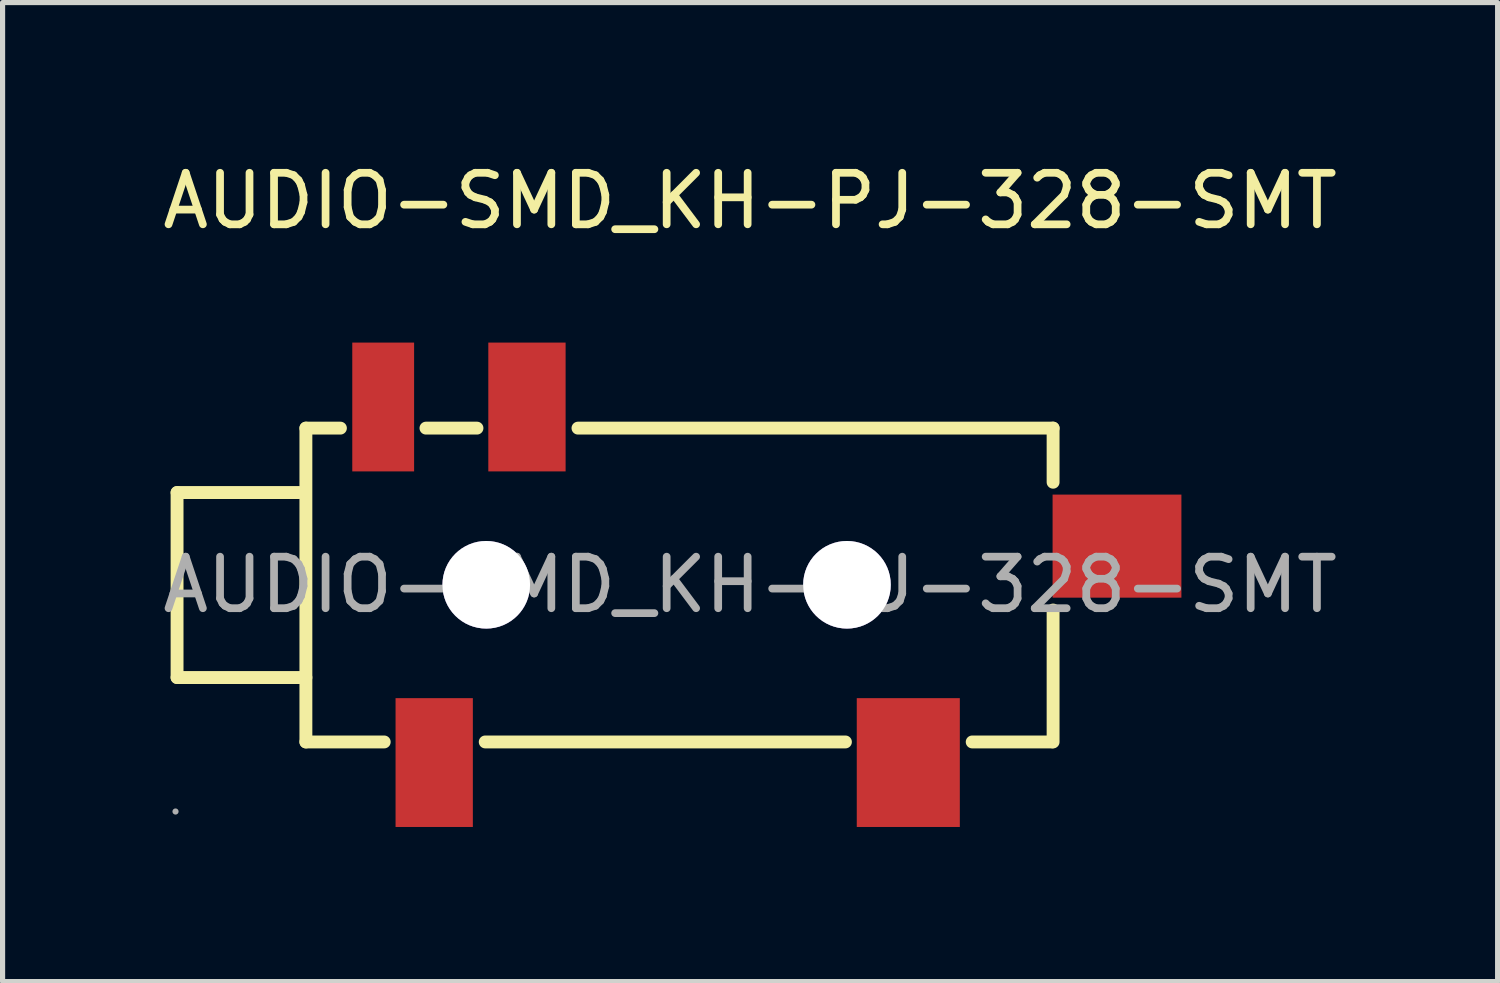
<source format=kicad_pcb>
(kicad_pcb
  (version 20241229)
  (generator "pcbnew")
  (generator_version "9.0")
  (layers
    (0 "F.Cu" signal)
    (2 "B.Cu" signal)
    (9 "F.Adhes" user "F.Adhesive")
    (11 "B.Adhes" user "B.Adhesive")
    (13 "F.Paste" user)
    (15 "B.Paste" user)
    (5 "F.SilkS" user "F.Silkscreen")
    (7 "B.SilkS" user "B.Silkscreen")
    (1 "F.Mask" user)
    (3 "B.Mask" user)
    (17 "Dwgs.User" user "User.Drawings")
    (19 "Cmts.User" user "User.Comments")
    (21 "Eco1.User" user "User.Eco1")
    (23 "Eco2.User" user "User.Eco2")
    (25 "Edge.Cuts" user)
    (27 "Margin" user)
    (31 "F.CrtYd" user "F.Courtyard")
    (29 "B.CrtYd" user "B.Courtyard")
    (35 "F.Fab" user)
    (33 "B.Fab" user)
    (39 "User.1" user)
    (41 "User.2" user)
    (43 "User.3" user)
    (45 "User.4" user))
  (footprint "AUDIO-SMD_KH-PJ-328-SMT"
    (layer "F.Cu")
    (at 11.506 8.298)
    (property "Reference" "AUDIO-SMD_KH-PJ-328-SMT" (at 0 -7.45 0) (layer "F.SilkS") (effects (font (size 1 1) (thickness 0.15))))
    (attr smd)
    (fp_line (start -11.12 -1.79) (end -11.12 1.8) (stroke (width 0.25) (type solid)) (layer "F.SilkS"))
    (fp_line (start -11.12 -1.79) (end -8.75 -1.79) (stroke (width 0.25) (type solid)) (layer "F.SilkS"))
    (fp_line (start -11.12 1.8) (end -8.62 1.8) (stroke (width 0.25) (type solid)) (layer "F.SilkS"))
    (fp_line (start -8.62 -3.04) (end -8.62 3.05) (stroke (width 0.25) (type solid)) (layer "F.SilkS"))
    (fp_line (start -8.62 -3.04) (end -7.95 -3.04) (stroke (width 0.25) (type solid)) (layer "F.SilkS"))
    (fp_line (start -8.62 3.05) (end -7.1 3.05) (stroke (width 0.25) (type solid)) (layer "F.SilkS"))
    (fp_line (start -6.29 -3.04) (end -5.3 -3.04) (stroke (width 0.25) (type solid)) (layer "F.SilkS"))
    (fp_line (start -5.14 3.05) (end 1.85 3.05) (stroke (width 0.25) (type solid)) (layer "F.SilkS"))
    (fp_line (start -3.34 -3.04) (end 5.88 -3.04) (stroke (width 0.25) (type solid)) (layer "F.SilkS"))
    (fp_line (start 4.31 3.05) (end 5.86 3.05) (stroke (width 0.25) (type solid)) (layer "F.SilkS"))
    (fp_line (start 5.88 -3.04) (end 5.88 -1.99) (stroke (width 0.25) (type solid)) (layer "F.SilkS"))
    (fp_line (start 5.88 0.49) (end 5.88 3.05) (stroke (width 0.25) (type solid)) (layer "F.SilkS"))
    (fp_circle (center -5.13 0) (end -4.75 0) (stroke (width 0.75) (type solid)) (fill no) (layer "Cmts.User"))
    (fp_circle (center 1.87 0) (end 2.25 0) (stroke (width 0.75) (type solid)) (fill no) (layer "Cmts.User"))
    (fp_circle (center -11.15 4.4) (end -11.12 4.4) (stroke (width 0.06) (type solid)) (fill no) (layer "F.Fab"))
    (fp_text user "${REFERENCE}" (at 0 0 0) (layer "F.Fab") (effects (font (size 1 1) (thickness 0.15))))
    (pad "" thru_hole circle (at -5.12 0) (size 1.7 1.7) (drill 1.7) (layers "*.Cu" "*.Mask"))
    (pad "" thru_hole circle (at 1.88 0) (size 1.7 1.7) (drill 1.7) (layers "*.Cu" "*.Mask"))
    (pad "3" smd rect (at -6.13 3.45) (size 1.5 2.5) (layers "F.Cu" "F.Mask" "F.Paste"))
    (pad "4" smd rect (at -4.33 -3.45) (size 1.5 2.5) (layers "F.Cu" "F.Mask" "F.Paste"))
    (pad "5" smd rect (at 7.12 -0.75 180) (size 2.5 2) (layers "F.Cu" "F.Mask" "F.Paste"))
    (pad "6" smd rect (at 3.07 3.45 270) (size 2.5 2) (layers "F.Cu" "F.Mask" "F.Paste"))
    (pad "7" smd rect (at -7.12 -3.45) (size 1.2 2.5) (layers "F.Cu" "F.Mask" "F.Paste")))
  (gr_rect
    (start -3 -3)
    (end 26.012 15.998)
    (stroke (width 0.1) (type default))
    (fill no)
    (layer "Edge.Cuts")))
</source>
